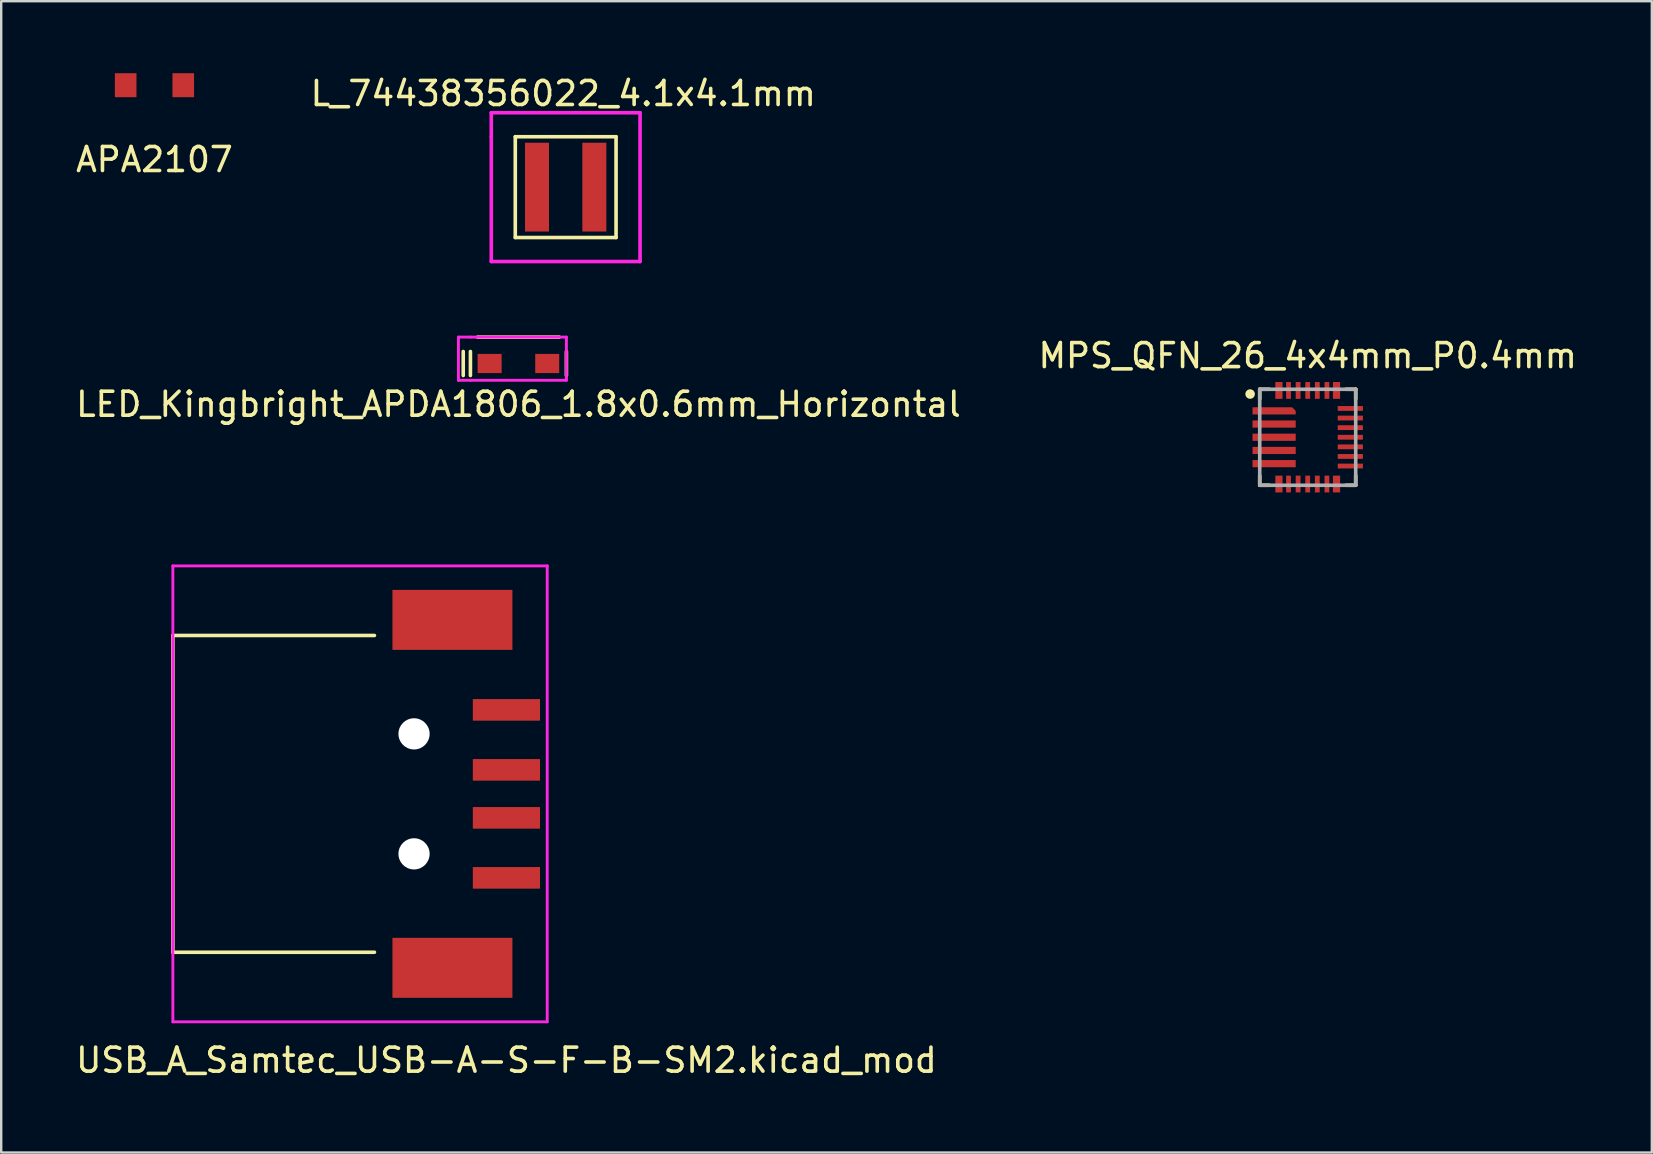
<source format=kicad_pcb>
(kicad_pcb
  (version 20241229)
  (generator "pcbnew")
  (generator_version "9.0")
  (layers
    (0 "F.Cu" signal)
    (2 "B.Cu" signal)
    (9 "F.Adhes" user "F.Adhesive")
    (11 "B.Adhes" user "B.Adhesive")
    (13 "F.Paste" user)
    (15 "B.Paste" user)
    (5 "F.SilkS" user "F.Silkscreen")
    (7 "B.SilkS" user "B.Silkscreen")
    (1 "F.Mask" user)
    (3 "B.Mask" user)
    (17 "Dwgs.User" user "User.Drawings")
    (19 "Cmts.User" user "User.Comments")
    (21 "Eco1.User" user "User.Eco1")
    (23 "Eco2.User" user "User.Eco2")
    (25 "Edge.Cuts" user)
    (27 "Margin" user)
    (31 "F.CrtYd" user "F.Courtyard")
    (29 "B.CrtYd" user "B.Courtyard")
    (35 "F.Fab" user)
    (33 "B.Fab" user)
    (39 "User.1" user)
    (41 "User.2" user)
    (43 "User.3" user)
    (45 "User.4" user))
  (footprint "MPS_QFN_26_4x4mm_P0.4mm"
    (layer "F.Cu")
    (at 51.446 15.171)
    (property "Reference" "MPS_QFN_26_4x4mm_P0.4mm" (at 0 -3.4 0) (layer "F.SilkS") (effects (font (size 1 1) (thickness 0.15))))
    (attr through_hole)
    (fp_line (start -2 -2) (end -1.6 -2) (stroke (width 0.15) (type solid)) (layer "F.SilkS"))
    (fp_line (start -2 -1.6) (end -2 -2) (stroke (width 0.15) (type solid)) (layer "F.SilkS"))
    (fp_line (start -2 2) (end -2 1.6) (stroke (width 0.15) (type solid)) (layer "F.SilkS"))
    (fp_line (start -1.6 2) (end -2 2) (stroke (width 0.15) (type solid)) (layer "F.SilkS"))
    (fp_line (start 1.6 -2) (end 2 -2) (stroke (width 0.15) (type solid)) (layer "F.SilkS"))
    (fp_line (start 2 -2) (end 2 -1.6) (stroke (width 0.15) (type solid)) (layer "F.SilkS"))
    (fp_line (start 2 1.6) (end 2 2) (stroke (width 0.15) (type solid)) (layer "F.SilkS"))
    (fp_line (start 2 2) (end 1.6 2) (stroke (width 0.15) (type solid)) (layer "F.SilkS"))
    (fp_circle (center -2.4 -1.8) (end -2.3 -1.8) (stroke (width 0.2) (type solid)) (fill no) (layer "F.SilkS"))
    (fp_line (start -2 -2) (end -2 2) (stroke (width 0.15) (type solid)) (layer "F.Fab"))
    (fp_line (start -2 -2) (end 2 -2) (stroke (width 0.15) (type solid)) (layer "F.Fab"))
    (fp_line (start -2 2) (end 2 2) (stroke (width 0.15) (type solid)) (layer "F.Fab"))
    (fp_line (start 2 -2) (end 2 2) (stroke (width 0.15) (type solid)) (layer "F.Fab"))
    (pad "1" smd custom (at -1.4 -1.1) (size 0.3 0.3) (layers "F.Cu" "F.Mask" "F.Paste") (options (anchor rect)) (primitives (gr_poly (pts (xy -0.9 0.15) (xy 0.9 0.15) (xy 0.9 0) (xy 0.75 -0.15) (xy -0.9 -0.15)) (width 0) (fill yes))))
    (pad "2" smd rect (at -1.4 -0.55) (size 1.8 0.3) (layers "F.Cu" "F.Mask" "F.Paste"))
    (pad "3" smd rect (at -1.4 0) (size 1.8 0.3) (layers "F.Cu" "F.Mask" "F.Paste"))
    (pad "4" smd rect (at -1.4 0.55) (size 1.8 0.3) (layers "F.Cu" "F.Mask" "F.Paste"))
    (pad "5" smd rect (at -1.4 1.1) (size 1.8 0.3) (layers "F.Cu" "F.Mask" "F.Paste"))
    (pad "6" smd rect (at -1.2 1.95 90) (size 0.7 0.3) (layers "F.Cu" "F.Mask" "F.Paste"))
    (pad "7" smd rect (at -0.8 1.95 90) (size 0.7 0.2) (layers "F.Cu" "F.Mask" "F.Paste"))
    (pad "8" smd rect (at -0.4 1.95 90) (size 0.7 0.2) (layers "F.Cu" "F.Mask" "F.Paste"))
    (pad "9" smd rect (at 0 1.95 90) (size 0.7 0.2) (layers "F.Cu" "F.Mask" "F.Paste"))
    (pad "10" smd rect (at 0.4 1.95 90) (size 0.7 0.2) (layers "F.Cu" "F.Mask" "F.Paste"))
    (pad "11" smd rect (at 0.8 1.95 90) (size 0.7 0.2) (layers "F.Cu" "F.Mask" "F.Paste"))
    (pad "12" smd rect (at 1.2 1.95 90) (size 0.7 0.3) (layers "F.Cu" "F.Mask" "F.Paste"))
    (pad "13" smd rect (at 1.775 1.2) (size 1.05 0.2) (layers "F.Cu" "F.Mask" "F.Paste"))
    (pad "14" smd rect (at 1.775 0.8) (size 1.05 0.2) (layers "F.Cu" "F.Mask" "F.Paste"))
    (pad "15" smd rect (at 1.775 0.4) (size 1.05 0.2) (layers "F.Cu" "F.Mask" "F.Paste"))
    (pad "16" smd rect (at 1.775 0) (size 1.05 0.2) (layers "F.Cu" "F.Mask" "F.Paste"))
    (pad "17" smd rect (at 1.775 -0.4) (size 1.05 0.2) (layers "F.Cu" "F.Mask" "F.Paste"))
    (pad "18" smd rect (at 1.775 -0.8) (size 1.05 0.2) (layers "F.Cu" "F.Mask" "F.Paste"))
    (pad "19" smd rect (at 1.775 -1.2) (size 1.05 0.2) (layers "F.Cu" "F.Mask" "F.Paste"))
    (pad "20" smd rect (at 1.2 -1.95 90) (size 0.7 0.3) (layers "F.Cu" "F.Mask" "F.Paste"))
    (pad "21" smd rect (at 0.8 -1.95 90) (size 0.7 0.2) (layers "F.Cu" "F.Mask" "F.Paste"))
    (pad "22" smd rect (at 0.4 -1.95 90) (size 0.7 0.2) (layers "F.Cu" "F.Mask" "F.Paste"))
    (pad "23" smd rect (at 0 -1.95 90) (size 0.7 0.2) (layers "F.Cu" "F.Mask" "F.Paste"))
    (pad "24" smd rect (at -0.4 -1.95 90) (size 0.7 0.2) (layers "F.Cu" "F.Mask" "F.Paste"))
    (pad "25" smd rect (at -0.8 -1.95 90) (size 0.7 0.2) (layers "F.Cu" "F.Mask" "F.Paste"))
    (pad "26" smd rect (at -1.2 -1.95 90) (size 0.7 0.3) (layers "F.Cu" "F.Mask" "F.Paste")))
  (footprint "USB_A_Samtec_USB-A-S-F-B-SM2.kicad_mod"
    (layer "F.Cu")
    (at 18.054 30.032)
    (property "Reference" "USB_A_Samtec_USB-A-S-F-B-SM2.kicad_mod" (at 0 11.1 0) (layer "F.SilkS") (effects (font (size 1 1) (thickness 0.15))))
    (attr through_hole)
    (fp_line (start -13.9 -6.6) (end -5.5 -6.6) (stroke (width 0.15) (type solid)) (layer "F.SilkS"))
    (fp_line (start -13.9 6.6) (end -13.9 -6.6) (stroke (width 0.15) (type solid)) (layer "F.SilkS"))
    (fp_line (start -13.9 6.6) (end -5.5 6.6) (stroke (width 0.15) (type solid)) (layer "F.SilkS"))
    (fp_line (start -13.9 -9.5) (end 1.7 -9.5) (stroke (width 0.12) (type solid)) (layer "F.CrtYd"))
    (fp_line (start -13.9 9.5) (end -13.9 -9.5) (stroke (width 0.12) (type solid)) (layer "F.CrtYd"))
    (fp_line (start 1.7 -9.5) (end 1.7 9.5) (stroke (width 0.12) (type solid)) (layer "F.CrtYd"))
    (fp_line (start 1.7 9.5) (end -13.9 9.5) (stroke (width 0.12) (type solid)) (layer "F.CrtYd"))
    (pad "" np_thru_hole circle (at -3.85 -2.5) (size 1.3 1.3) (drill 1.3) (layers "*.Cu" "*.Mask"))
    (pad "" np_thru_hole circle (at -3.85 2.5) (size 1.3 1.3) (drill 1.3) (layers "*.Cu" "*.Mask"))
    (pad "1" smd rect (at 0 -3.5) (size 2.8 0.9) (layers "F.Cu" "F.Mask" "F.Paste"))
    (pad "2" smd rect (at 0 -1) (size 2.8 0.9) (layers "F.Cu" "F.Mask" "F.Paste"))
    (pad "3" smd rect (at 0 1) (size 2.8 0.9) (layers "F.Cu" "F.Mask" "F.Paste"))
    (pad "4" smd rect (at 0 3.5) (size 2.8 0.9) (layers "F.Cu" "F.Mask" "F.Paste"))
    (pad "5" smd rect (at -2.25 -7.25) (size 5 2.5) (layers "F.Cu" "F.Mask" "F.Paste"))
    (pad "5" smd rect (at -2.25 7.25) (size 5 2.5) (layers "F.Cu" "F.Mask" "F.Paste")))
  (footprint "L_74438356022_4.1x4.1mm"
    (layer "F.Cu")
    (at 20.523 4.748)
    (property "Reference" "L_74438356022_4.1x4.1mm" (at -0.1 -3.9 0) (layer "F.SilkS") (effects (font (size 1 1) (thickness 0.15))))
    (attr through_hole)
    (fp_line (start -2.1 -2.1) (end 2.1 -2.1) (stroke (width 0.15) (type solid)) (layer "F.SilkS"))
    (fp_line (start -2.1 2.1) (end -2.1 -2.1) (stroke (width 0.15) (type solid)) (layer "F.SilkS"))
    (fp_line (start 2.1 -2.1) (end 2.1 2.1) (stroke (width 0.15) (type solid)) (layer "F.SilkS"))
    (fp_line (start 2.1 2.1) (end -2.1 2.1) (stroke (width 0.15) (type solid)) (layer "F.SilkS"))
    (fp_line (start -3.1 -3.1) (end -3.1 -2.1) (stroke (width 0.15) (type solid)) (layer "F.CrtYd"))
    (fp_line (start -3.1 -2.1) (end -3.1 3.1) (stroke (width 0.15) (type solid)) (layer "F.CrtYd"))
    (fp_line (start -3.1 3.1) (end 3.1 3.1) (stroke (width 0.15) (type solid)) (layer "F.CrtYd"))
    (fp_line (start 3.1 -3.1) (end -3.1 -3.1) (stroke (width 0.15) (type solid)) (layer "F.CrtYd"))
    (fp_line (start 3.1 3.1) (end 3.1 -3.1) (stroke (width 0.15) (type solid)) (layer "F.CrtYd"))
    (pad "1" smd rect (at -1.195 0) (size 1 3.7) (layers "F.Cu" "F.Mask" "F.Paste"))
    (pad "2" smd rect (at 1.195 0) (size 1 3.7) (layers "F.Cu" "F.Mask" "F.Paste")))
  (footprint "APA2107"
    (layer "F.Cu")
    (at 3.387 0.5)
    (property "Reference" "APA2107" (at 0 3.1 0) (layer "F.SilkS") (effects (font (size 1 1) (thickness 0.15))))
    (attr through_hole)
    (pad "1" smd rect (at -1.2 0) (size 0.9 1) (layers "F.Cu" "F.Mask" "F.Paste"))
    (pad "2" smd rect (at 1.2 0) (size 0.9 1) (layers "F.Cu" "F.Mask" "F.Paste")))
  (footprint "LED_Kingbright_APDA1806_1.8x0.6mm_Horizontal"
    (layer "F.Cu")
    (at 18.554 12.098)
    (property "Reference" "LED_Kingbright_APDA1806_1.8x0.6mm_Horizontal" (at 0 1.7 0) (layer "F.SilkS") (effects (font (size 1 1) (thickness 0.15))))
    (attr through_hole)
    (fp_line (start -2.3 0.5) (end -2.3 -0.5) (stroke (width 0.15) (type solid)) (layer "F.SilkS"))
    (fp_line (start -2 0.5) (end -2 -0.5) (stroke (width 0.15) (type solid)) (layer "F.SilkS"))
    (fp_line (start 1.7 -1.1) (end -1.7 -1.1) (stroke (width 0.15) (type solid)) (layer "F.SilkS"))
    (fp_line (start 2 -0.5) (end 2 0.5) (stroke (width 0.15) (type solid)) (layer "F.SilkS"))
    (fp_line (start -2.5 0.7) (end -2.5 -1.1) (stroke (width 0.12) (type solid)) (layer "F.CrtYd"))
    (fp_line (start -2 -1.1) (end -2.5 -1.1) (stroke (width 0.12) (type solid)) (layer "F.CrtYd"))
    (fp_line (start -2 -1.1) (end 2 -1.1) (stroke (width 0.12) (type solid)) (layer "F.CrtYd"))
    (fp_line (start -2 0.7) (end -2.5 0.7) (stroke (width 0.12) (type solid)) (layer "F.CrtYd"))
    (fp_line (start 2 -1.1) (end 2 0.7) (stroke (width 0.12) (type solid)) (layer "F.CrtYd"))
    (fp_line (start 2 0.7) (end -2 0.7) (stroke (width 0.12) (type solid)) (layer "F.CrtYd"))
    (pad "1" smd rect (at -1.2 0) (size 1 0.8) (layers "F.Cu" "F.Mask" "F.Paste"))
    (pad "2" smd rect (at 1.2 0) (size 1 0.8) (layers "F.Cu" "F.Mask" "F.Paste")))
  (gr_rect
    (start -3 -3)
    (end 65.786 44.98)
    (stroke (width 0.1) (type default))
    (fill no)
    (layer "Edge.Cuts")))
</source>
